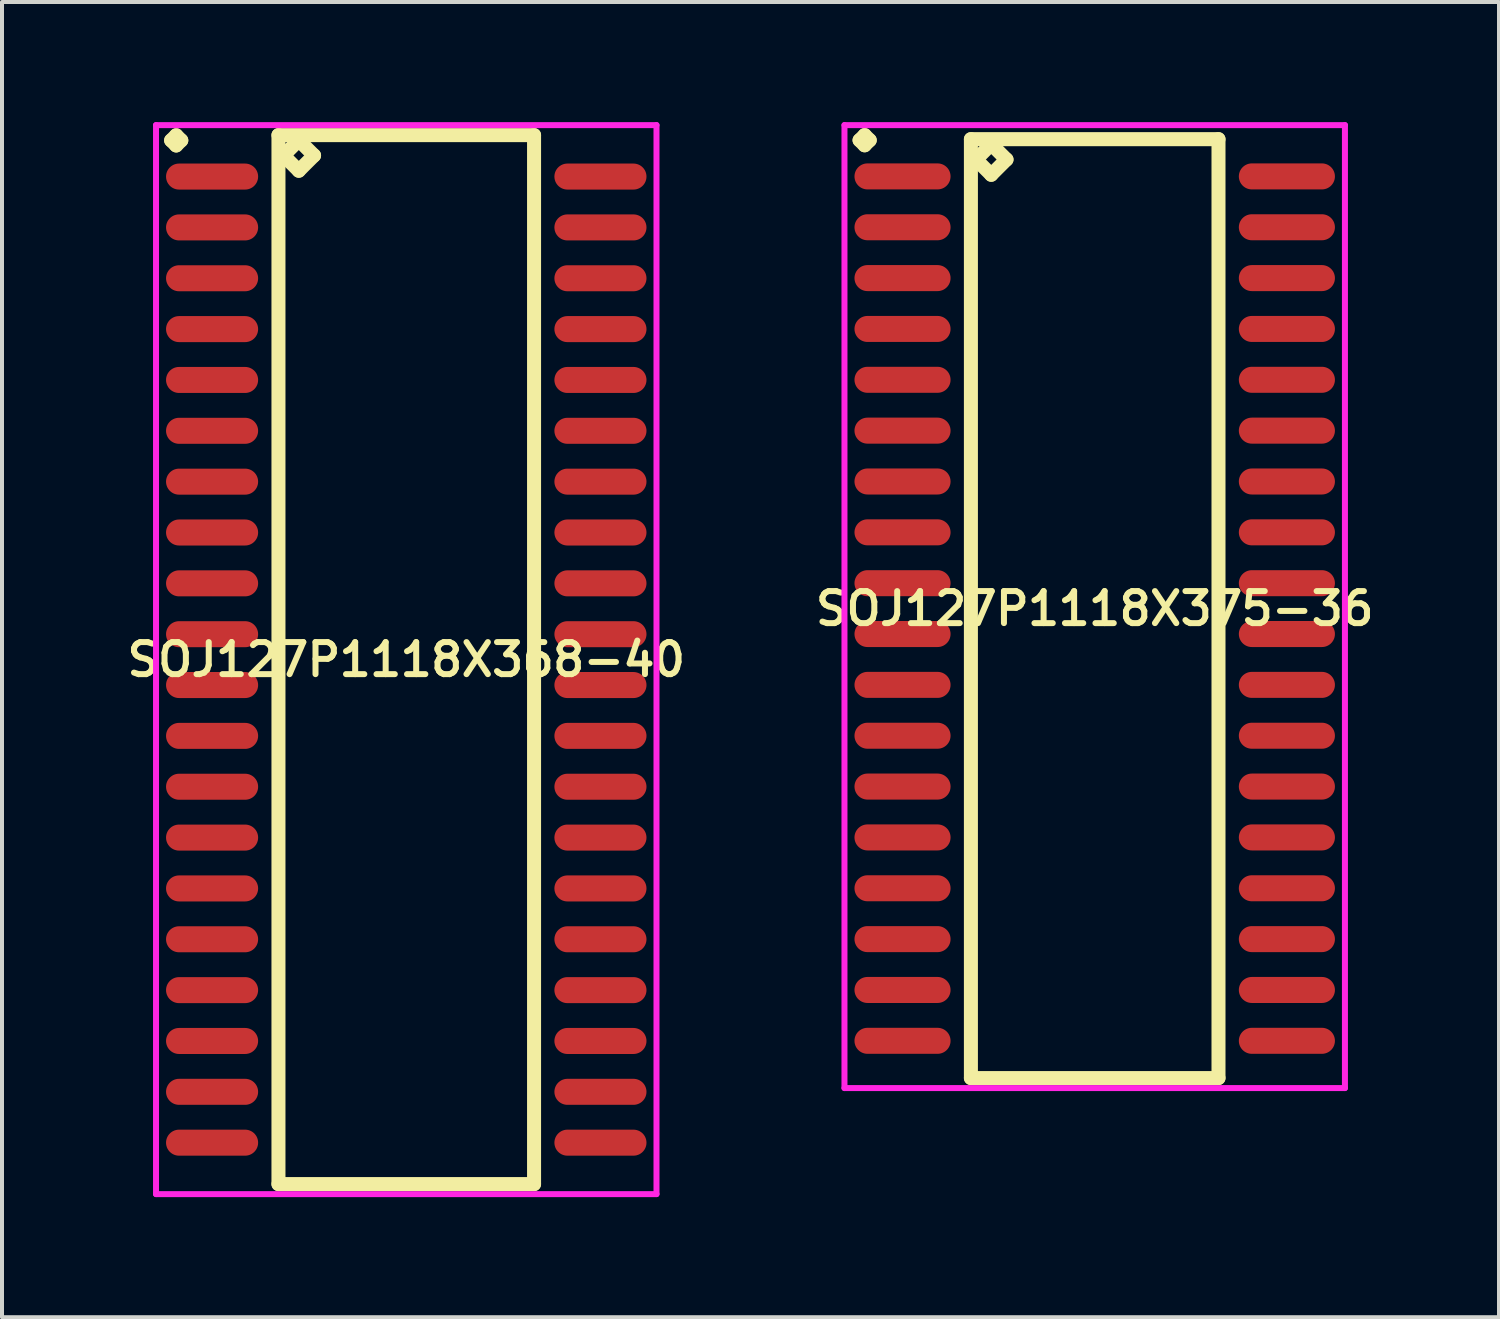
<source format=kicad_pcb>
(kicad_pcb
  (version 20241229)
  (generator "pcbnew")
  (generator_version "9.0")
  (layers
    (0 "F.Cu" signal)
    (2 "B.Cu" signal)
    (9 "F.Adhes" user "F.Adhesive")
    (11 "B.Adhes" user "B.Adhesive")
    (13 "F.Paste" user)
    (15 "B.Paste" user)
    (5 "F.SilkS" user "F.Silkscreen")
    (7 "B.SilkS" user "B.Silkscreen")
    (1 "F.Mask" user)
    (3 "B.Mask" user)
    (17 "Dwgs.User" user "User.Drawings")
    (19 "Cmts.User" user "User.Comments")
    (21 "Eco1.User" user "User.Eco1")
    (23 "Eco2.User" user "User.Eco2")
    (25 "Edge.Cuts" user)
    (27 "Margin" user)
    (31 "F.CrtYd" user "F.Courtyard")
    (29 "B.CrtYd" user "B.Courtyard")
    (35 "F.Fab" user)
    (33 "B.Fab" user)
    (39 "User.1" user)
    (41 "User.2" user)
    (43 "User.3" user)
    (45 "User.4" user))
  (footprint "SOJ127P1118X368-40"
    (layer "F.Cu")
    (at 7.097 13.425)
    (property "Reference" "SOJ127P1118X368-40" (at 0 0 0) (layer "F.SilkS") (effects (font (size 0.8 0.8) (thickness 0.15))))
    (attr smd)
    (fp_line (start -5.873 -12.969) (end -5.746 -13.096) (stroke (width 0.35) (type solid)) (layer "F.SilkS"))
    (fp_line (start -5.746 -13.096) (end -5.619 -12.969) (stroke (width 0.35) (type solid)) (layer "F.SilkS"))
    (fp_line (start -5.746 -12.842) (end -5.873 -12.969) (stroke (width 0.35) (type solid)) (layer "F.SilkS"))
    (fp_line (start -5.619 -12.969) (end -5.746 -12.842) (stroke (width 0.35) (type solid)) (layer "F.SilkS"))
    (fp_line (start -3.192 -13.1) (end -3.192 13.1) (stroke (width 0.35) (type solid)) (layer "F.SilkS"))
    (fp_line (start -3.192 13.1) (end 3.192 13.1) (stroke (width 0.35) (type solid)) (layer "F.SilkS"))
    (fp_line (start -3.065 -12.592) (end -2.684 -12.973) (stroke (width 0.35) (type solid)) (layer "F.SilkS"))
    (fp_line (start -2.684 -12.973) (end -2.303 -12.592) (stroke (width 0.35) (type solid)) (layer "F.SilkS"))
    (fp_line (start -2.684 -12.211) (end -3.065 -12.592) (stroke (width 0.35) (type solid)) (layer "F.SilkS"))
    (fp_line (start -2.303 -12.592) (end -2.684 -12.211) (stroke (width 0.35) (type solid)) (layer "F.SilkS"))
    (fp_line (start 3.192 -13.1) (end -3.192 -13.1) (stroke (width 0.35) (type solid)) (layer "F.SilkS"))
    (fp_line (start 3.192 13.1) (end 3.192 -13.1) (stroke (width 0.35) (type solid)) (layer "F.SilkS"))
    (fp_line (start -6.25 -13.35) (end 6.25 -13.35) (stroke (width 0.15) (type solid)) (layer "F.CrtYd"))
    (fp_line (start -6.25 13.35) (end -6.25 -13.35) (stroke (width 0.15) (type solid)) (layer "F.CrtYd"))
    (fp_line (start 6.25 -13.35) (end 6.25 13.35) (stroke (width 0.15) (type solid)) (layer "F.CrtYd"))
    (fp_line (start 6.25 13.35) (end -6.25 13.35) (stroke (width 0.15) (type solid)) (layer "F.CrtYd"))
    (pad "1" smd oval (at -4.85 -12.065) (size 2.3 0.65) (layers "F.Cu" "F.Mask" "F.Paste"))
    (pad "2" smd oval (at -4.85 -10.795) (size 2.3 0.65) (layers "F.Cu" "F.Mask" "F.Paste"))
    (pad "3" smd oval (at -4.85 -9.525) (size 2.3 0.65) (layers "F.Cu" "F.Mask" "F.Paste"))
    (pad "4" smd oval (at -4.85 -8.255) (size 2.3 0.65) (layers "F.Cu" "F.Mask" "F.Paste"))
    (pad "5" smd oval (at -4.85 -6.985) (size 2.3 0.65) (layers "F.Cu" "F.Mask" "F.Paste"))
    (pad "6" smd oval (at -4.85 -5.715) (size 2.3 0.65) (layers "F.Cu" "F.Mask" "F.Paste"))
    (pad "7" smd oval (at -4.85 -4.445) (size 2.3 0.65) (layers "F.Cu" "F.Mask" "F.Paste"))
    (pad "8" smd oval (at -4.85 -3.175) (size 2.3 0.65) (layers "F.Cu" "F.Mask" "F.Paste"))
    (pad "9" smd oval (at -4.85 -1.905) (size 2.3 0.65) (layers "F.Cu" "F.Mask" "F.Paste"))
    (pad "10" smd oval (at -4.85 -0.635) (size 2.3 0.65) (layers "F.Cu" "F.Mask" "F.Paste"))
    (pad "11" smd oval (at -4.85 0.635) (size 2.3 0.65) (layers "F.Cu" "F.Mask" "F.Paste"))
    (pad "12" smd oval (at -4.85 1.905) (size 2.3 0.65) (layers "F.Cu" "F.Mask" "F.Paste"))
    (pad "13" smd oval (at -4.85 3.175) (size 2.3 0.65) (layers "F.Cu" "F.Mask" "F.Paste"))
    (pad "14" smd oval (at -4.85 4.445) (size 2.3 0.65) (layers "F.Cu" "F.Mask" "F.Paste"))
    (pad "15" smd oval (at -4.85 5.715) (size 2.3 0.65) (layers "F.Cu" "F.Mask" "F.Paste"))
    (pad "16" smd oval (at -4.85 6.985) (size 2.3 0.65) (layers "F.Cu" "F.Mask" "F.Paste"))
    (pad "17" smd oval (at -4.85 8.255) (size 2.3 0.65) (layers "F.Cu" "F.Mask" "F.Paste"))
    (pad "18" smd oval (at -4.85 9.525) (size 2.3 0.65) (layers "F.Cu" "F.Mask" "F.Paste"))
    (pad "19" smd oval (at -4.85 10.795) (size 2.3 0.65) (layers "F.Cu" "F.Mask" "F.Paste"))
    (pad "20" smd oval (at -4.85 12.065) (size 2.3 0.65) (layers "F.Cu" "F.Mask" "F.Paste"))
    (pad "21" smd oval (at 4.85 12.065) (size 2.3 0.65) (layers "F.Cu" "F.Mask" "F.Paste"))
    (pad "22" smd oval (at 4.85 10.795) (size 2.3 0.65) (layers "F.Cu" "F.Mask" "F.Paste"))
    (pad "23" smd oval (at 4.85 9.525) (size 2.3 0.65) (layers "F.Cu" "F.Mask" "F.Paste"))
    (pad "24" smd oval (at 4.85 8.255) (size 2.3 0.65) (layers "F.Cu" "F.Mask" "F.Paste"))
    (pad "25" smd oval (at 4.85 6.985) (size 2.3 0.65) (layers "F.Cu" "F.Mask" "F.Paste"))
    (pad "26" smd oval (at 4.85 5.715) (size 2.3 0.65) (layers "F.Cu" "F.Mask" "F.Paste"))
    (pad "27" smd oval (at 4.85 4.445) (size 2.3 0.65) (layers "F.Cu" "F.Mask" "F.Paste"))
    (pad "28" smd oval (at 4.85 3.175) (size 2.3 0.65) (layers "F.Cu" "F.Mask" "F.Paste"))
    (pad "29" smd oval (at 4.85 1.905) (size 2.3 0.65) (layers "F.Cu" "F.Mask" "F.Paste"))
    (pad "30" smd oval (at 4.85 0.635) (size 2.3 0.65) (layers "F.Cu" "F.Mask" "F.Paste"))
    (pad "31" smd oval (at 4.85 -0.635) (size 2.3 0.65) (layers "F.Cu" "F.Mask" "F.Paste"))
    (pad "32" smd oval (at 4.85 -1.905) (size 2.3 0.65) (layers "F.Cu" "F.Mask" "F.Paste"))
    (pad "33" smd oval (at 4.85 -3.175) (size 2.3 0.65) (layers "F.Cu" "F.Mask" "F.Paste"))
    (pad "34" smd oval (at 4.85 -4.445) (size 2.3 0.65) (layers "F.Cu" "F.Mask" "F.Paste"))
    (pad "35" smd oval (at 4.85 -5.715) (size 2.3 0.65) (layers "F.Cu" "F.Mask" "F.Paste"))
    (pad "36" smd oval (at 4.85 -6.985) (size 2.3 0.65) (layers "F.Cu" "F.Mask" "F.Paste"))
    (pad "37" smd oval (at 4.85 -8.255) (size 2.3 0.65) (layers "F.Cu" "F.Mask" "F.Paste"))
    (pad "38" smd oval (at 4.85 -9.525) (size 2.3 0.65) (layers "F.Cu" "F.Mask" "F.Paste"))
    (pad "39" smd oval (at 4.85 -10.795) (size 2.3 0.65) (layers "F.Cu" "F.Mask" "F.Paste"))
    (pad "40" smd oval (at 4.85 -12.065) (size 2.3 0.65) (layers "F.Cu" "F.Mask" "F.Paste")))
  (footprint "SOJ127P1118X375-36"
    (layer "F.Cu")
    (at 24.292 12.151)
    (property "Reference" "SOJ127P1118X375-36" (at 0 0 0) (layer "F.SilkS") (effects (font (size 0.8 0.8) (thickness 0.15))))
    (attr smd)
    (fp_line (start -5.873 -11.699) (end -5.746 -11.826) (stroke (width 0.35) (type solid)) (layer "F.SilkS"))
    (fp_line (start -5.746 -11.826) (end -5.619 -11.699) (stroke (width 0.35) (type solid)) (layer "F.SilkS"))
    (fp_line (start -5.746 -11.572) (end -5.873 -11.699) (stroke (width 0.35) (type solid)) (layer "F.SilkS"))
    (fp_line (start -5.619 -11.699) (end -5.746 -11.572) (stroke (width 0.35) (type solid)) (layer "F.SilkS"))
    (fp_line (start -3.092 -11.725) (end -3.092 11.725) (stroke (width 0.35) (type solid)) (layer "F.SilkS"))
    (fp_line (start -3.092 11.725) (end 3.092 11.725) (stroke (width 0.35) (type solid)) (layer "F.SilkS"))
    (fp_line (start -2.965 -11.217) (end -2.584 -11.598) (stroke (width 0.35) (type solid)) (layer "F.SilkS"))
    (fp_line (start -2.584 -11.598) (end -2.203 -11.217) (stroke (width 0.35) (type solid)) (layer "F.SilkS"))
    (fp_line (start -2.584 -10.836) (end -2.965 -11.217) (stroke (width 0.35) (type solid)) (layer "F.SilkS"))
    (fp_line (start -2.203 -11.217) (end -2.584 -10.836) (stroke (width 0.35) (type solid)) (layer "F.SilkS"))
    (fp_line (start 3.092 -11.725) (end -3.092 -11.725) (stroke (width 0.35) (type solid)) (layer "F.SilkS"))
    (fp_line (start 3.092 11.725) (end 3.092 -11.725) (stroke (width 0.35) (type solid)) (layer "F.SilkS"))
    (fp_line (start -6.25 -12.076) (end 6.25 -12.076) (stroke (width 0.15) (type solid)) (layer "F.CrtYd"))
    (fp_line (start -6.25 11.975) (end -6.25 -12.076) (stroke (width 0.15) (type solid)) (layer "F.CrtYd"))
    (fp_line (start 6.25 -12.076) (end 6.25 11.975) (stroke (width 0.15) (type solid)) (layer "F.CrtYd"))
    (fp_line (start 6.25 11.975) (end -6.25 11.975) (stroke (width 0.15) (type solid)) (layer "F.CrtYd"))
    (pad "1" smd oval (at -4.8 -10.795) (size 2.4 0.65) (layers "F.Cu" "F.Mask" "F.Paste"))
    (pad "2" smd oval (at -4.8 -9.525) (size 2.4 0.65) (layers "F.Cu" "F.Mask" "F.Paste"))
    (pad "3" smd oval (at -4.8 -8.255) (size 2.4 0.65) (layers "F.Cu" "F.Mask" "F.Paste"))
    (pad "4" smd oval (at -4.8 -6.985) (size 2.4 0.65) (layers "F.Cu" "F.Mask" "F.Paste"))
    (pad "5" smd oval (at -4.8 -5.715) (size 2.4 0.65) (layers "F.Cu" "F.Mask" "F.Paste"))
    (pad "6" smd oval (at -4.8 -4.445) (size 2.4 0.65) (layers "F.Cu" "F.Mask" "F.Paste"))
    (pad "7" smd oval (at -4.8 -3.175) (size 2.4 0.65) (layers "F.Cu" "F.Mask" "F.Paste"))
    (pad "8" smd oval (at -4.8 -1.905) (size 2.4 0.65) (layers "F.Cu" "F.Mask" "F.Paste"))
    (pad "9" smd oval (at -4.8 -0.635) (size 2.4 0.65) (layers "F.Cu" "F.Mask" "F.Paste"))
    (pad "10" smd oval (at -4.8 0.635) (size 2.4 0.65) (layers "F.Cu" "F.Mask" "F.Paste"))
    (pad "11" smd oval (at -4.8 1.905) (size 2.4 0.65) (layers "F.Cu" "F.Mask" "F.Paste"))
    (pad "12" smd oval (at -4.8 3.175) (size 2.4 0.65) (layers "F.Cu" "F.Mask" "F.Paste"))
    (pad "13" smd oval (at -4.8 4.445) (size 2.4 0.65) (layers "F.Cu" "F.Mask" "F.Paste"))
    (pad "14" smd oval (at -4.8 5.715) (size 2.4 0.65) (layers "F.Cu" "F.Mask" "F.Paste"))
    (pad "15" smd oval (at -4.8 6.985) (size 2.4 0.65) (layers "F.Cu" "F.Mask" "F.Paste"))
    (pad "16" smd oval (at -4.8 8.255) (size 2.4 0.65) (layers "F.Cu" "F.Mask" "F.Paste"))
    (pad "17" smd oval (at -4.8 9.525) (size 2.4 0.65) (layers "F.Cu" "F.Mask" "F.Paste"))
    (pad "18" smd oval (at -4.8 10.795) (size 2.4 0.65) (layers "F.Cu" "F.Mask" "F.Paste"))
    (pad "19" smd oval (at 4.8 10.795) (size 2.4 0.65) (layers "F.Cu" "F.Mask" "F.Paste"))
    (pad "20" smd oval (at 4.8 9.525) (size 2.4 0.65) (layers "F.Cu" "F.Mask" "F.Paste"))
    (pad "21" smd oval (at 4.8 8.255) (size 2.4 0.65) (layers "F.Cu" "F.Mask" "F.Paste"))
    (pad "22" smd oval (at 4.8 6.985) (size 2.4 0.65) (layers "F.Cu" "F.Mask" "F.Paste"))
    (pad "23" smd oval (at 4.8 5.715) (size 2.4 0.65) (layers "F.Cu" "F.Mask" "F.Paste"))
    (pad "24" smd oval (at 4.8 4.445) (size 2.4 0.65) (layers "F.Cu" "F.Mask" "F.Paste"))
    (pad "25" smd oval (at 4.8 3.175) (size 2.4 0.65) (layers "F.Cu" "F.Mask" "F.Paste"))
    (pad "26" smd oval (at 4.8 1.905) (size 2.4 0.65) (layers "F.Cu" "F.Mask" "F.Paste"))
    (pad "27" smd oval (at 4.8 0.635) (size 2.4 0.65) (layers "F.Cu" "F.Mask" "F.Paste"))
    (pad "28" smd oval (at 4.8 -0.635) (size 2.4 0.65) (layers "F.Cu" "F.Mask" "F.Paste"))
    (pad "29" smd oval (at 4.8 -1.905) (size 2.4 0.65) (layers "F.Cu" "F.Mask" "F.Paste"))
    (pad "30" smd oval (at 4.8 -3.175) (size 2.4 0.65) (layers "F.Cu" "F.Mask" "F.Paste"))
    (pad "31" smd oval (at 4.8 -4.445) (size 2.4 0.65) (layers "F.Cu" "F.Mask" "F.Paste"))
    (pad "32" smd oval (at 4.8 -5.715) (size 2.4 0.65) (layers "F.Cu" "F.Mask" "F.Paste"))
    (pad "33" smd oval (at 4.8 -6.985) (size 2.4 0.65) (layers "F.Cu" "F.Mask" "F.Paste"))
    (pad "34" smd oval (at 4.8 -8.255) (size 2.4 0.65) (layers "F.Cu" "F.Mask" "F.Paste"))
    (pad "35" smd oval (at 4.8 -9.525) (size 2.4 0.65) (layers "F.Cu" "F.Mask" "F.Paste"))
    (pad "36" smd oval (at 4.8 -10.795) (size 2.4 0.65) (layers "F.Cu" "F.Mask" "F.Paste")))
  (gr_rect
    (start -3 -3)
    (end 34.39 29.85)
    (stroke (width 0.1) (type default))
    (fill no)
    (layer "Edge.Cuts")))
</source>
